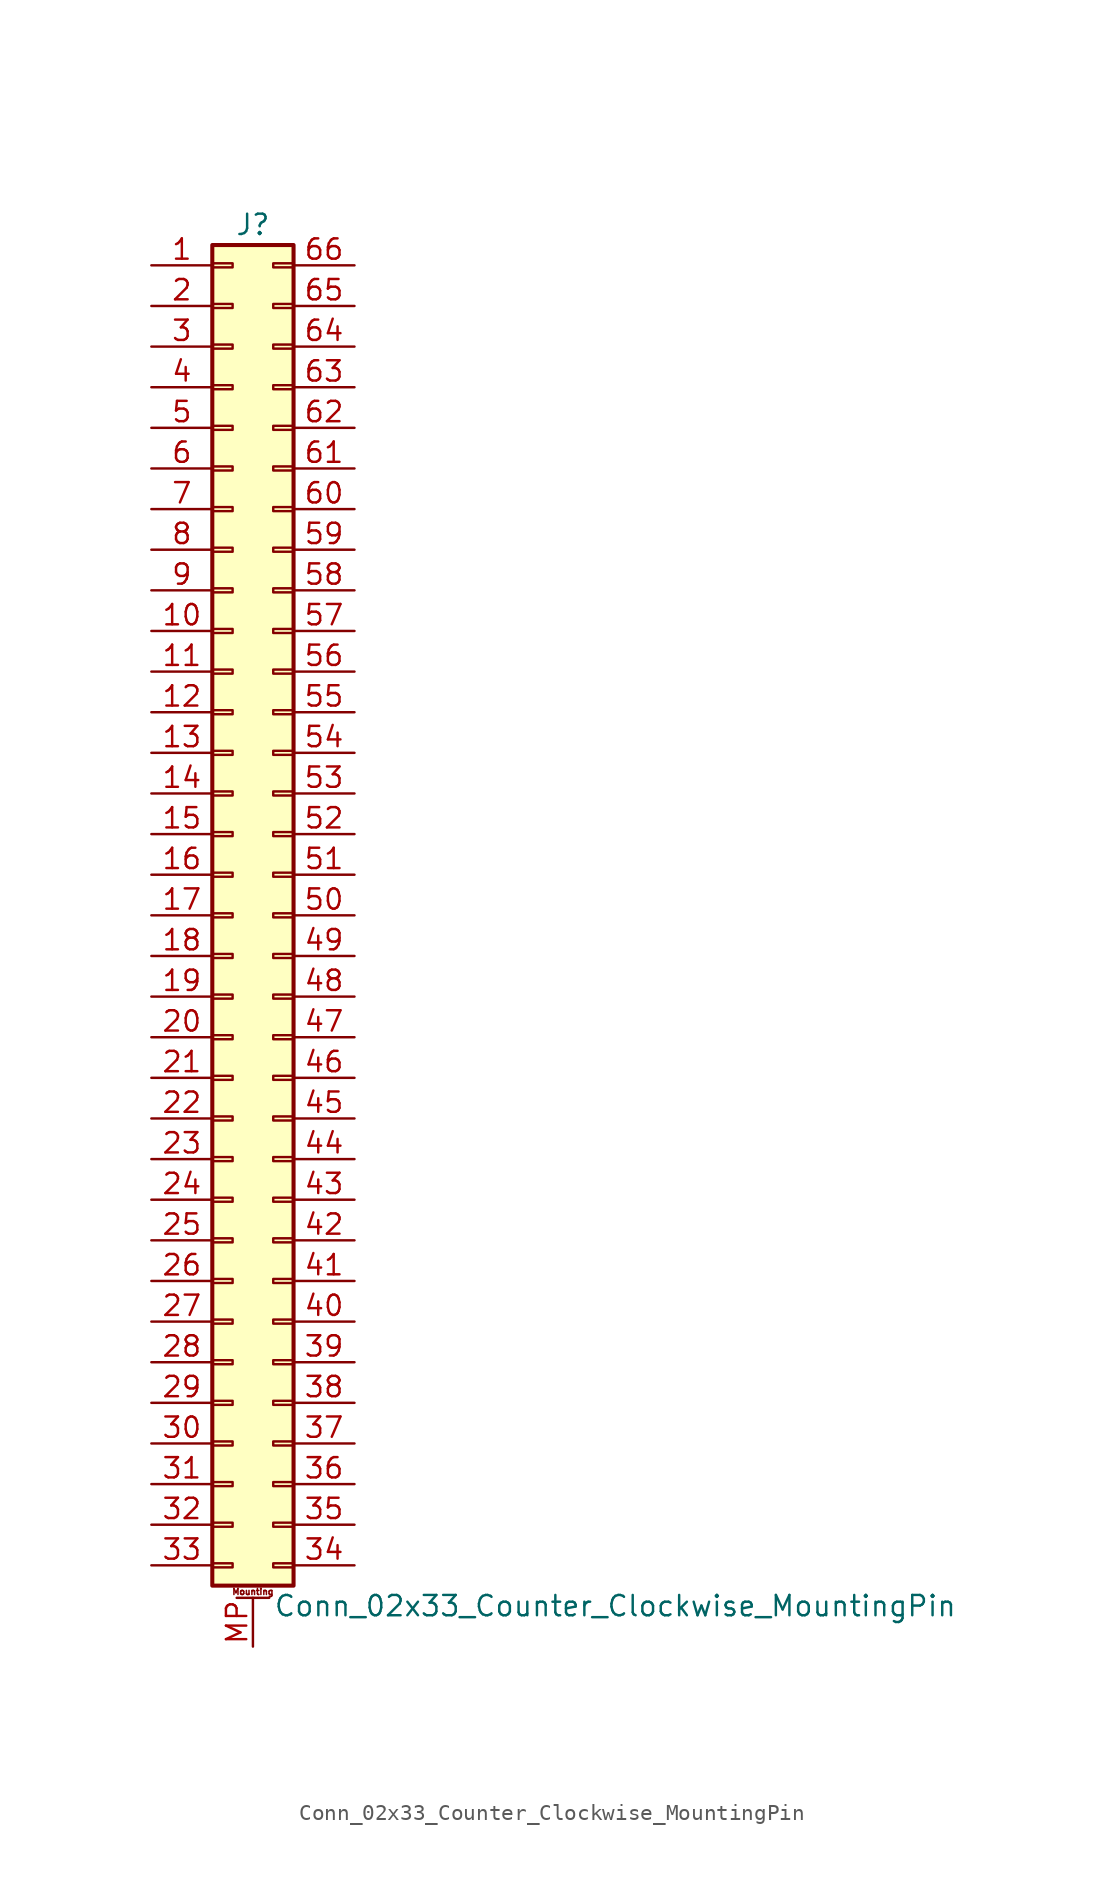
<source format=kicad_sym>
(kicad_symbol_lib
  (version 20201005)
  (generator kicad_symbol_editor)
  (symbol "Conn_02x33_Counter_Clockwise_MountingPin"
    (pin_names
      (offset 1.016) hide)
    (property "Reference" "J"
      (at 1.27 43.18 0)
      (effects (font (size 1.27 1.27))))
    (property "Value" "Conn_02x33_Counter_Clockwise_MountingPin"
      (at 2.54 -43.18 0)
      (effects (font (size 1.27 1.27)) (justify left)))
    (symbol "Conn_02x33_Counter_Clockwise_MountingPin_1_1"
      (text "Mounting" (at 1.27 -42.291 0) (effects (font (size 0.381 0.381))))
      (rectangle (start -1.27 -40.513) (end 0 -40.767) (stroke (width 0.152)) (fill (type none)))
      (rectangle (start -1.27 -37.973) (end 0 -38.227) (stroke (width 0.152)) (fill (type none)))
      (rectangle (start -1.27 -35.433) (end 0 -35.687) (stroke (width 0.152)) (fill (type none)))
      (rectangle (start -1.27 -32.893) (end 0 -33.147) (stroke (width 0.152)) (fill (type none)))
      (rectangle (start -1.27 -30.353) (end 0 -30.607) (stroke (width 0.152)) (fill (type none)))
      (rectangle (start -1.27 -27.813) (end 0 -28.067) (stroke (width 0.152)) (fill (type none)))
      (rectangle (start -1.27 -25.273) (end 0 -25.527) (stroke (width 0.152)) (fill (type none)))
      (rectangle (start -1.27 -22.733) (end 0 -22.987) (stroke (width 0.152)) (fill (type none)))
      (rectangle (start -1.27 -20.193) (end 0 -20.447) (stroke (width 0.152)) (fill (type none)))
      (rectangle (start -1.27 -17.653) (end 0 -17.907) (stroke (width 0.152)) (fill (type none)))
      (rectangle (start -1.27 -15.113) (end 0 -15.367) (stroke (width 0.152)) (fill (type none)))
      (rectangle (start -1.27 -12.573) (end 0 -12.827) (stroke (width 0.152)) (fill (type none)))
      (rectangle (start -1.27 -10.033) (end 0 -10.287) (stroke (width 0.152)) (fill (type none)))
      (rectangle (start -1.27 -7.493) (end 0 -7.747) (stroke (width 0.152)) (fill (type none)))
      (rectangle (start -1.27 -4.953) (end 0 -5.207) (stroke (width 0.152)) (fill (type none)))
      (rectangle (start -1.27 -2.413) (end 0 -2.667) (stroke (width 0.152)) (fill (type none)))
      (rectangle (start -1.27 0.127) (end 0 -0.127) (stroke (width 0.152)) (fill (type none)))
      (rectangle (start -1.27 2.667) (end 0 2.413) (stroke (width 0.152)) (fill (type none)))
      (rectangle (start -1.27 5.207) (end 0 4.953) (stroke (width 0.152)) (fill (type none)))
      (rectangle (start -1.27 7.747) (end 0 7.493) (stroke (width 0.152)) (fill (type none)))
      (rectangle (start -1.27 10.287) (end 0 10.033) (stroke (width 0.152)) (fill (type none)))
      (rectangle (start -1.27 12.827) (end 0 12.573) (stroke (width 0.152)) (fill (type none)))
      (rectangle (start -1.27 15.367) (end 0 15.113) (stroke (width 0.152)) (fill (type none)))
      (rectangle (start -1.27 17.907) (end 0 17.653) (stroke (width 0.152)) (fill (type none)))
      (rectangle (start -1.27 20.447) (end 0 20.193) (stroke (width 0.152)) (fill (type none)))
      (rectangle (start -1.27 22.987) (end 0 22.733) (stroke (width 0.152)) (fill (type none)))
      (rectangle (start -1.27 25.527) (end 0 25.273) (stroke (width 0.152)) (fill (type none)))
      (rectangle (start -1.27 28.067) (end 0 27.813) (stroke (width 0.152)) (fill (type none)))
      (rectangle (start -1.27 30.607) (end 0 30.353) (stroke (width 0.152)) (fill (type none)))
      (rectangle (start -1.27 33.147) (end 0 32.893) (stroke (width 0.152)) (fill (type none)))
      (rectangle (start -1.27 35.687) (end 0 35.433) (stroke (width 0.152)) (fill (type none)))
      (rectangle (start -1.27 38.227) (end 0 37.973) (stroke (width 0.152)) (fill (type none)))
      (rectangle (start -1.27 40.767) (end 0 40.513) (stroke (width 0.152)) (fill (type none)))
      (rectangle (start -1.27 41.91) (end 3.81 -41.91) (stroke (width 0.254)) (fill (type background)))
      (rectangle (start 3.81 -40.513) (end 2.54 -40.767) (stroke (width 0.152)) (fill (type none)))
      (rectangle (start 3.81 -37.973) (end 2.54 -38.227) (stroke (width 0.152)) (fill (type none)))
      (rectangle (start 3.81 -35.433) (end 2.54 -35.687) (stroke (width 0.152)) (fill (type none)))
      (rectangle (start 3.81 -32.893) (end 2.54 -33.147) (stroke (width 0.152)) (fill (type none)))
      (rectangle (start 3.81 -30.353) (end 2.54 -30.607) (stroke (width 0.152)) (fill (type none)))
      (rectangle (start 3.81 -27.813) (end 2.54 -28.067) (stroke (width 0.152)) (fill (type none)))
      (rectangle (start 3.81 -25.273) (end 2.54 -25.527) (stroke (width 0.152)) (fill (type none)))
      (rectangle (start 3.81 -22.733) (end 2.54 -22.987) (stroke (width 0.152)) (fill (type none)))
      (rectangle (start 3.81 -20.193) (end 2.54 -20.447) (stroke (width 0.152)) (fill (type none)))
      (rectangle (start 3.81 -17.653) (end 2.54 -17.907) (stroke (width 0.152)) (fill (type none)))
      (rectangle (start 3.81 -15.113) (end 2.54 -15.367) (stroke (width 0.152)) (fill (type none)))
      (rectangle (start 3.81 -12.573) (end 2.54 -12.827) (stroke (width 0.152)) (fill (type none)))
      (rectangle (start 3.81 -10.033) (end 2.54 -10.287) (stroke (width 0.152)) (fill (type none)))
      (rectangle (start 3.81 -7.493) (end 2.54 -7.747) (stroke (width 0.152)) (fill (type none)))
      (rectangle (start 3.81 -4.953) (end 2.54 -5.207) (stroke (width 0.152)) (fill (type none)))
      (rectangle (start 3.81 -2.413) (end 2.54 -2.667) (stroke (width 0.152)) (fill (type none)))
      (rectangle (start 3.81 0.127) (end 2.54 -0.127) (stroke (width 0.152)) (fill (type none)))
      (rectangle (start 3.81 2.667) (end 2.54 2.413) (stroke (width 0.152)) (fill (type none)))
      (rectangle (start 3.81 5.207) (end 2.54 4.953) (stroke (width 0.152)) (fill (type none)))
      (rectangle (start 3.81 7.747) (end 2.54 7.493) (stroke (width 0.152)) (fill (type none)))
      (rectangle (start 3.81 10.287) (end 2.54 10.033) (stroke (width 0.152)) (fill (type none)))
      (rectangle (start 3.81 12.827) (end 2.54 12.573) (stroke (width 0.152)) (fill (type none)))
      (rectangle (start 3.81 15.367) (end 2.54 15.113) (stroke (width 0.152)) (fill (type none)))
      (rectangle (start 3.81 17.907) (end 2.54 17.653) (stroke (width 0.152)) (fill (type none)))
      (rectangle (start 3.81 20.447) (end 2.54 20.193) (stroke (width 0.152)) (fill (type none)))
      (rectangle (start 3.81 22.987) (end 2.54 22.733) (stroke (width 0.152)) (fill (type none)))
      (rectangle (start 3.81 25.527) (end 2.54 25.273) (stroke (width 0.152)) (fill (type none)))
      (rectangle (start 3.81 28.067) (end 2.54 27.813) (stroke (width 0.152)) (fill (type none)))
      (rectangle (start 3.81 30.607) (end 2.54 30.353) (stroke (width 0.152)) (fill (type none)))
      (rectangle (start 3.81 33.147) (end 2.54 32.893) (stroke (width 0.152)) (fill (type none)))
      (rectangle (start 3.81 35.687) (end 2.54 35.433) (stroke (width 0.152)) (fill (type none)))
      (rectangle (start 3.81 38.227) (end 2.54 37.973) (stroke (width 0.152)) (fill (type none)))
      (rectangle (start 3.81 40.767) (end 2.54 40.513) (stroke (width 0.152)) (fill (type none)))
      (polyline (pts (xy 0.254 -42.672) (xy 2.286 -42.672)) (stroke (width 0.152)) (fill (type none)))
      (pin passive line (at -5.08 40.64 0) (length 3.81) (name "Pin_1" (effects (font (size 1.27 1.27)))) (number "1" (effects (font (size 1.27 1.27)))))
      (pin passive line (at -5.08 17.78 0) (length 3.81) (name "Pin_10" (effects (font (size 1.27 1.27)))) (number "10" (effects (font (size 1.27 1.27)))))
      (pin passive line (at -5.08 15.24 0) (length 3.81) (name "Pin_11" (effects (font (size 1.27 1.27)))) (number "11" (effects (font (size 1.27 1.27)))))
      (pin passive line (at -5.08 12.7 0) (length 3.81) (name "Pin_12" (effects (font (size 1.27 1.27)))) (number "12" (effects (font (size 1.27 1.27)))))
      (pin passive line (at -5.08 10.16 0) (length 3.81) (name "Pin_13" (effects (font (size 1.27 1.27)))) (number "13" (effects (font (size 1.27 1.27)))))
      (pin passive line (at -5.08 7.62 0) (length 3.81) (name "Pin_14" (effects (font (size 1.27 1.27)))) (number "14" (effects (font (size 1.27 1.27)))))
      (pin passive line (at -5.08 5.08 0) (length 3.81) (name "Pin_15" (effects (font (size 1.27 1.27)))) (number "15" (effects (font (size 1.27 1.27)))))
      (pin passive line (at -5.08 2.54 0) (length 3.81) (name "Pin_16" (effects (font (size 1.27 1.27)))) (number "16" (effects (font (size 1.27 1.27)))))
      (pin passive line (at -5.08 0 0) (length 3.81) (name "Pin_17" (effects (font (size 1.27 1.27)))) (number "17" (effects (font (size 1.27 1.27)))))
      (pin passive line (at -5.08 -2.54 0) (length 3.81) (name "Pin_18" (effects (font (size 1.27 1.27)))) (number "18" (effects (font (size 1.27 1.27)))))
      (pin passive line (at -5.08 -5.08 0) (length 3.81) (name "Pin_19" (effects (font (size 1.27 1.27)))) (number "19" (effects (font (size 1.27 1.27)))))
      (pin passive line (at -5.08 38.1 0) (length 3.81) (name "Pin_2" (effects (font (size 1.27 1.27)))) (number "2" (effects (font (size 1.27 1.27)))))
      (pin passive line (at -5.08 -7.62 0) (length 3.81) (name "Pin_20" (effects (font (size 1.27 1.27)))) (number "20" (effects (font (size 1.27 1.27)))))
      (pin passive line (at -5.08 -10.16 0) (length 3.81) (name "Pin_21" (effects (font (size 1.27 1.27)))) (number "21" (effects (font (size 1.27 1.27)))))
      (pin passive line (at -5.08 -12.7 0) (length 3.81) (name "Pin_22" (effects (font (size 1.27 1.27)))) (number "22" (effects (font (size 1.27 1.27)))))
      (pin passive line (at -5.08 -15.24 0) (length 3.81) (name "Pin_23" (effects (font (size 1.27 1.27)))) (number "23" (effects (font (size 1.27 1.27)))))
      (pin passive line (at -5.08 -17.78 0) (length 3.81) (name "Pin_24" (effects (font (size 1.27 1.27)))) (number "24" (effects (font (size 1.27 1.27)))))
      (pin passive line (at -5.08 -20.32 0) (length 3.81) (name "Pin_25" (effects (font (size 1.27 1.27)))) (number "25" (effects (font (size 1.27 1.27)))))
      (pin passive line (at -5.08 -22.86 0) (length 3.81) (name "Pin_26" (effects (font (size 1.27 1.27)))) (number "26" (effects (font (size 1.27 1.27)))))
      (pin passive line (at -5.08 -25.4 0) (length 3.81) (name "Pin_27" (effects (font (size 1.27 1.27)))) (number "27" (effects (font (size 1.27 1.27)))))
      (pin passive line (at -5.08 -27.94 0) (length 3.81) (name "Pin_28" (effects (font (size 1.27 1.27)))) (number "28" (effects (font (size 1.27 1.27)))))
      (pin passive line (at -5.08 -30.48 0) (length 3.81) (name "Pin_29" (effects (font (size 1.27 1.27)))) (number "29" (effects (font (size 1.27 1.27)))))
      (pin passive line (at -5.08 35.56 0) (length 3.81) (name "Pin_3" (effects (font (size 1.27 1.27)))) (number "3" (effects (font (size 1.27 1.27)))))
      (pin passive line (at -5.08 -33.02 0) (length 3.81) (name "Pin_30" (effects (font (size 1.27 1.27)))) (number "30" (effects (font (size 1.27 1.27)))))
      (pin passive line (at -5.08 -35.56 0) (length 3.81) (name "Pin_31" (effects (font (size 1.27 1.27)))) (number "31" (effects (font (size 1.27 1.27)))))
      (pin passive line (at -5.08 -38.1 0) (length 3.81) (name "Pin_32" (effects (font (size 1.27 1.27)))) (number "32" (effects (font (size 1.27 1.27)))))
      (pin passive line (at -5.08 -40.64 0) (length 3.81) (name "Pin_33" (effects (font (size 1.27 1.27)))) (number "33" (effects (font (size 1.27 1.27)))))
      (pin passive line (at 7.62 -40.64 180) (length 3.81) (name "Pin_34" (effects (font (size 1.27 1.27)))) (number "34" (effects (font (size 1.27 1.27)))))
      (pin passive line (at 7.62 -38.1 180) (length 3.81) (name "Pin_35" (effects (font (size 1.27 1.27)))) (number "35" (effects (font (size 1.27 1.27)))))
      (pin passive line (at 7.62 -35.56 180) (length 3.81) (name "Pin_36" (effects (font (size 1.27 1.27)))) (number "36" (effects (font (size 1.27 1.27)))))
      (pin passive line (at 7.62 -33.02 180) (length 3.81) (name "Pin_37" (effects (font (size 1.27 1.27)))) (number "37" (effects (font (size 1.27 1.27)))))
      (pin passive line (at 7.62 -30.48 180) (length 3.81) (name "Pin_38" (effects (font (size 1.27 1.27)))) (number "38" (effects (font (size 1.27 1.27)))))
      (pin passive line (at 7.62 -27.94 180) (length 3.81) (name "Pin_39" (effects (font (size 1.27 1.27)))) (number "39" (effects (font (size 1.27 1.27)))))
      (pin passive line (at -5.08 33.02 0) (length 3.81) (name "Pin_4" (effects (font (size 1.27 1.27)))) (number "4" (effects (font (size 1.27 1.27)))))
      (pin passive line (at 7.62 -25.4 180) (length 3.81) (name "Pin_40" (effects (font (size 1.27 1.27)))) (number "40" (effects (font (size 1.27 1.27)))))
      (pin passive line (at 7.62 -22.86 180) (length 3.81) (name "Pin_41" (effects (font (size 1.27 1.27)))) (number "41" (effects (font (size 1.27 1.27)))))
      (pin passive line (at 7.62 -20.32 180) (length 3.81) (name "Pin_42" (effects (font (size 1.27 1.27)))) (number "42" (effects (font (size 1.27 1.27)))))
      (pin passive line (at 7.62 -17.78 180) (length 3.81) (name "Pin_43" (effects (font (size 1.27 1.27)))) (number "43" (effects (font (size 1.27 1.27)))))
      (pin passive line (at 7.62 -15.24 180) (length 3.81) (name "Pin_44" (effects (font (size 1.27 1.27)))) (number "44" (effects (font (size 1.27 1.27)))))
      (pin passive line (at 7.62 -12.7 180) (length 3.81) (name "Pin_45" (effects (font (size 1.27 1.27)))) (number "45" (effects (font (size 1.27 1.27)))))
      (pin passive line (at 7.62 -10.16 180) (length 3.81) (name "Pin_46" (effects (font (size 1.27 1.27)))) (number "46" (effects (font (size 1.27 1.27)))))
      (pin passive line (at 7.62 -7.62 180) (length 3.81) (name "Pin_47" (effects (font (size 1.27 1.27)))) (number "47" (effects (font (size 1.27 1.27)))))
      (pin passive line (at 7.62 -5.08 180) (length 3.81) (name "Pin_48" (effects (font (size 1.27 1.27)))) (number "48" (effects (font (size 1.27 1.27)))))
      (pin passive line (at 7.62 -2.54 180) (length 3.81) (name "Pin_49" (effects (font (size 1.27 1.27)))) (number "49" (effects (font (size 1.27 1.27)))))
      (pin passive line (at -5.08 30.48 0) (length 3.81) (name "Pin_5" (effects (font (size 1.27 1.27)))) (number "5" (effects (font (size 1.27 1.27)))))
      (pin passive line (at 7.62 0 180) (length 3.81) (name "Pin_50" (effects (font (size 1.27 1.27)))) (number "50" (effects (font (size 1.27 1.27)))))
      (pin passive line (at 7.62 2.54 180) (length 3.81) (name "Pin_51" (effects (font (size 1.27 1.27)))) (number "51" (effects (font (size 1.27 1.27)))))
      (pin passive line (at 7.62 5.08 180) (length 3.81) (name "Pin_52" (effects (font (size 1.27 1.27)))) (number "52" (effects (font (size 1.27 1.27)))))
      (pin passive line (at 7.62 7.62 180) (length 3.81) (name "Pin_53" (effects (font (size 1.27 1.27)))) (number "53" (effects (font (size 1.27 1.27)))))
      (pin passive line (at 7.62 10.16 180) (length 3.81) (name "Pin_54" (effects (font (size 1.27 1.27)))) (number "54" (effects (font (size 1.27 1.27)))))
      (pin passive line (at 7.62 12.7 180) (length 3.81) (name "Pin_55" (effects (font (size 1.27 1.27)))) (number "55" (effects (font (size 1.27 1.27)))))
      (pin passive line (at 7.62 15.24 180) (length 3.81) (name "Pin_56" (effects (font (size 1.27 1.27)))) (number "56" (effects (font (size 1.27 1.27)))))
      (pin passive line (at 7.62 17.78 180) (length 3.81) (name "Pin_57" (effects (font (size 1.27 1.27)))) (number "57" (effects (font (size 1.27 1.27)))))
      (pin passive line (at 7.62 20.32 180) (length 3.81) (name "Pin_58" (effects (font (size 1.27 1.27)))) (number "58" (effects (font (size 1.27 1.27)))))
      (pin passive line (at 7.62 22.86 180) (length 3.81) (name "Pin_59" (effects (font (size 1.27 1.27)))) (number "59" (effects (font (size 1.27 1.27)))))
      (pin passive line (at -5.08 27.94 0) (length 3.81) (name "Pin_6" (effects (font (size 1.27 1.27)))) (number "6" (effects (font (size 1.27 1.27)))))
      (pin passive line (at 7.62 25.4 180) (length 3.81) (name "Pin_60" (effects (font (size 1.27 1.27)))) (number "60" (effects (font (size 1.27 1.27)))))
      (pin passive line (at 7.62 27.94 180) (length 3.81) (name "Pin_61" (effects (font (size 1.27 1.27)))) (number "61" (effects (font (size 1.27 1.27)))))
      (pin passive line (at 7.62 30.48 180) (length 3.81) (name "Pin_62" (effects (font (size 1.27 1.27)))) (number "62" (effects (font (size 1.27 1.27)))))
      (pin passive line (at 7.62 33.02 180) (length 3.81) (name "Pin_63" (effects (font (size 1.27 1.27)))) (number "63" (effects (font (size 1.27 1.27)))))
      (pin passive line (at 7.62 35.56 180) (length 3.81) (name "Pin_64" (effects (font (size 1.27 1.27)))) (number "64" (effects (font (size 1.27 1.27)))))
      (pin passive line (at 7.62 38.1 180) (length 3.81) (name "Pin_65" (effects (font (size 1.27 1.27)))) (number "65" (effects (font (size 1.27 1.27)))))
      (pin passive line (at 7.62 40.64 180) (length 3.81) (name "Pin_66" (effects (font (size 1.27 1.27)))) (number "66" (effects (font (size 1.27 1.27)))))
      (pin passive line (at -5.08 25.4 0) (length 3.81) (name "Pin_7" (effects (font (size 1.27 1.27)))) (number "7" (effects (font (size 1.27 1.27)))))
      (pin passive line (at -5.08 22.86 0) (length 3.81) (name "Pin_8" (effects (font (size 1.27 1.27)))) (number "8" (effects (font (size 1.27 1.27)))))
      (pin passive line (at -5.08 20.32 0) (length 3.81) (name "Pin_9" (effects (font (size 1.27 1.27)))) (number "9" (effects (font (size 1.27 1.27)))))
      (pin passive line (at 1.27 -45.72 90) (length 3.048) (name "MountPin" (effects (font (size 1.27 1.27)))) (number "MP" (effects (font (size 1.27 1.27))))))))
</source>
